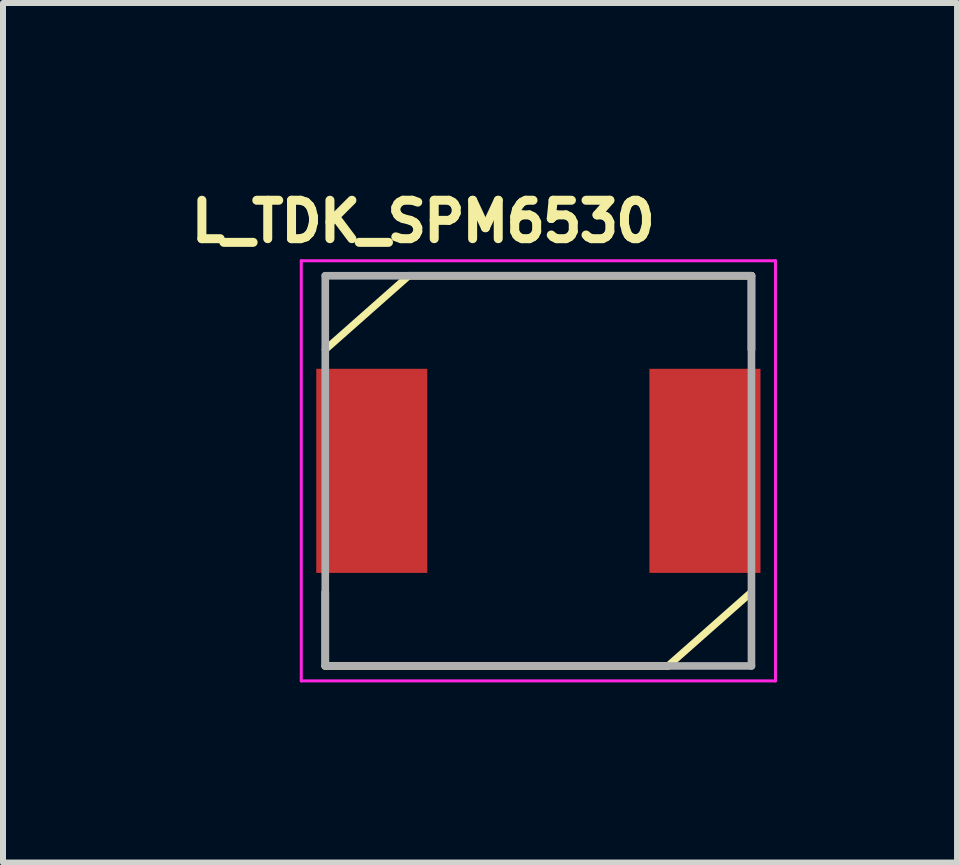
<source format=kicad_pcb>
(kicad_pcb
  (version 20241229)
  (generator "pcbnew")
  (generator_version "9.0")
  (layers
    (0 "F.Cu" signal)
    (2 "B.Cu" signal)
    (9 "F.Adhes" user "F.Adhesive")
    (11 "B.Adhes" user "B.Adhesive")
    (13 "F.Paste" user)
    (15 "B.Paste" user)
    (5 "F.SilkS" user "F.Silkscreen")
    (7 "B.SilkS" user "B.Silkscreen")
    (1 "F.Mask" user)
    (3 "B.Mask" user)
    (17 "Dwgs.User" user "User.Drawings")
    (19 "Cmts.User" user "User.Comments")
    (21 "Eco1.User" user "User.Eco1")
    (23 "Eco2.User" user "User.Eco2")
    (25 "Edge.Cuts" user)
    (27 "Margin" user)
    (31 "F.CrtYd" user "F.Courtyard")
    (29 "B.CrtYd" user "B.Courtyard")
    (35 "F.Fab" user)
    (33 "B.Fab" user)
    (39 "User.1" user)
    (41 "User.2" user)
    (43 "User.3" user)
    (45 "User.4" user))
  (footprint "L_TDK_SPM6530"
    (layer "F.Cu")
    (at 5.919 4.794)
    (property "Reference" "L_TDK_SPM6530" (at -1.918 -4.156 0) (layer "F.SilkS") (effects (font (size 0.64 0.64) (thickness 0.15))))
    (attr smd)
    (fp_line (start -3.55 -2.02) (end -2.159 -3.25) (stroke (width 0.12) (type solid)) (layer "F.SilkS"))
    (fp_line (start -3.55 3.25) (end -3.55 2.02) (stroke (width 0.127) (type solid)) (layer "F.SilkS"))
    (fp_line (start -3.55 3.25) (end 2.159 3.25) (stroke (width 0.127) (type solid)) (layer "F.SilkS"))
    (fp_line (start -2.159 -3.25) (end 3.55 -3.25) (stroke (width 0.127) (type solid)) (layer "F.SilkS"))
    (fp_line (start 3.55 -3.25) (end 3.55 -2.02) (stroke (width 0.127) (type solid)) (layer "F.SilkS"))
    (fp_line (start 3.55 2.02) (end 2.159 3.25) (stroke (width 0.12) (type solid)) (layer "F.SilkS"))
    (fp_line (start -3.95 -3.5) (end -3.95 3.5) (stroke (width 0.05) (type solid)) (layer "F.CrtYd"))
    (fp_line (start -3.95 3.5) (end 3.95 3.5) (stroke (width 0.05) (type solid)) (layer "F.CrtYd"))
    (fp_line (start 3.95 -3.5) (end -3.95 -3.5) (stroke (width 0.05) (type solid)) (layer "F.CrtYd"))
    (fp_line (start 3.95 3.5) (end 3.95 -3.5) (stroke (width 0.05) (type solid)) (layer "F.CrtYd"))
    (fp_line (start -3.55 -3.25) (end -3.55 3.25) (stroke (width 0.127) (type solid)) (layer "F.Fab"))
    (fp_line (start -3.55 -3.25) (end 3.55 -3.25) (stroke (width 0.127) (type solid)) (layer "F.Fab"))
    (fp_line (start -3.55 3.25) (end 3.55 3.25) (stroke (width 0.127) (type solid)) (layer "F.Fab"))
    (fp_line (start 3.55 -3.25) (end 3.55 3.25) (stroke (width 0.127) (type solid)) (layer "F.Fab"))
    (pad "1" smd rect (at -2.775 0) (size 1.85 3.4) (layers "F.Cu" "F.Mask" "F.Paste"))
    (pad "2" smd rect (at 2.775 0) (size 1.85 3.4) (layers "F.Cu" "F.Mask" "F.Paste")))
  (gr_rect
    (start -3 -3)
    (end 12.894 11.319)
    (stroke (width 0.1) (type default))
    (fill no)
    (layer "Edge.Cuts")))
</source>
